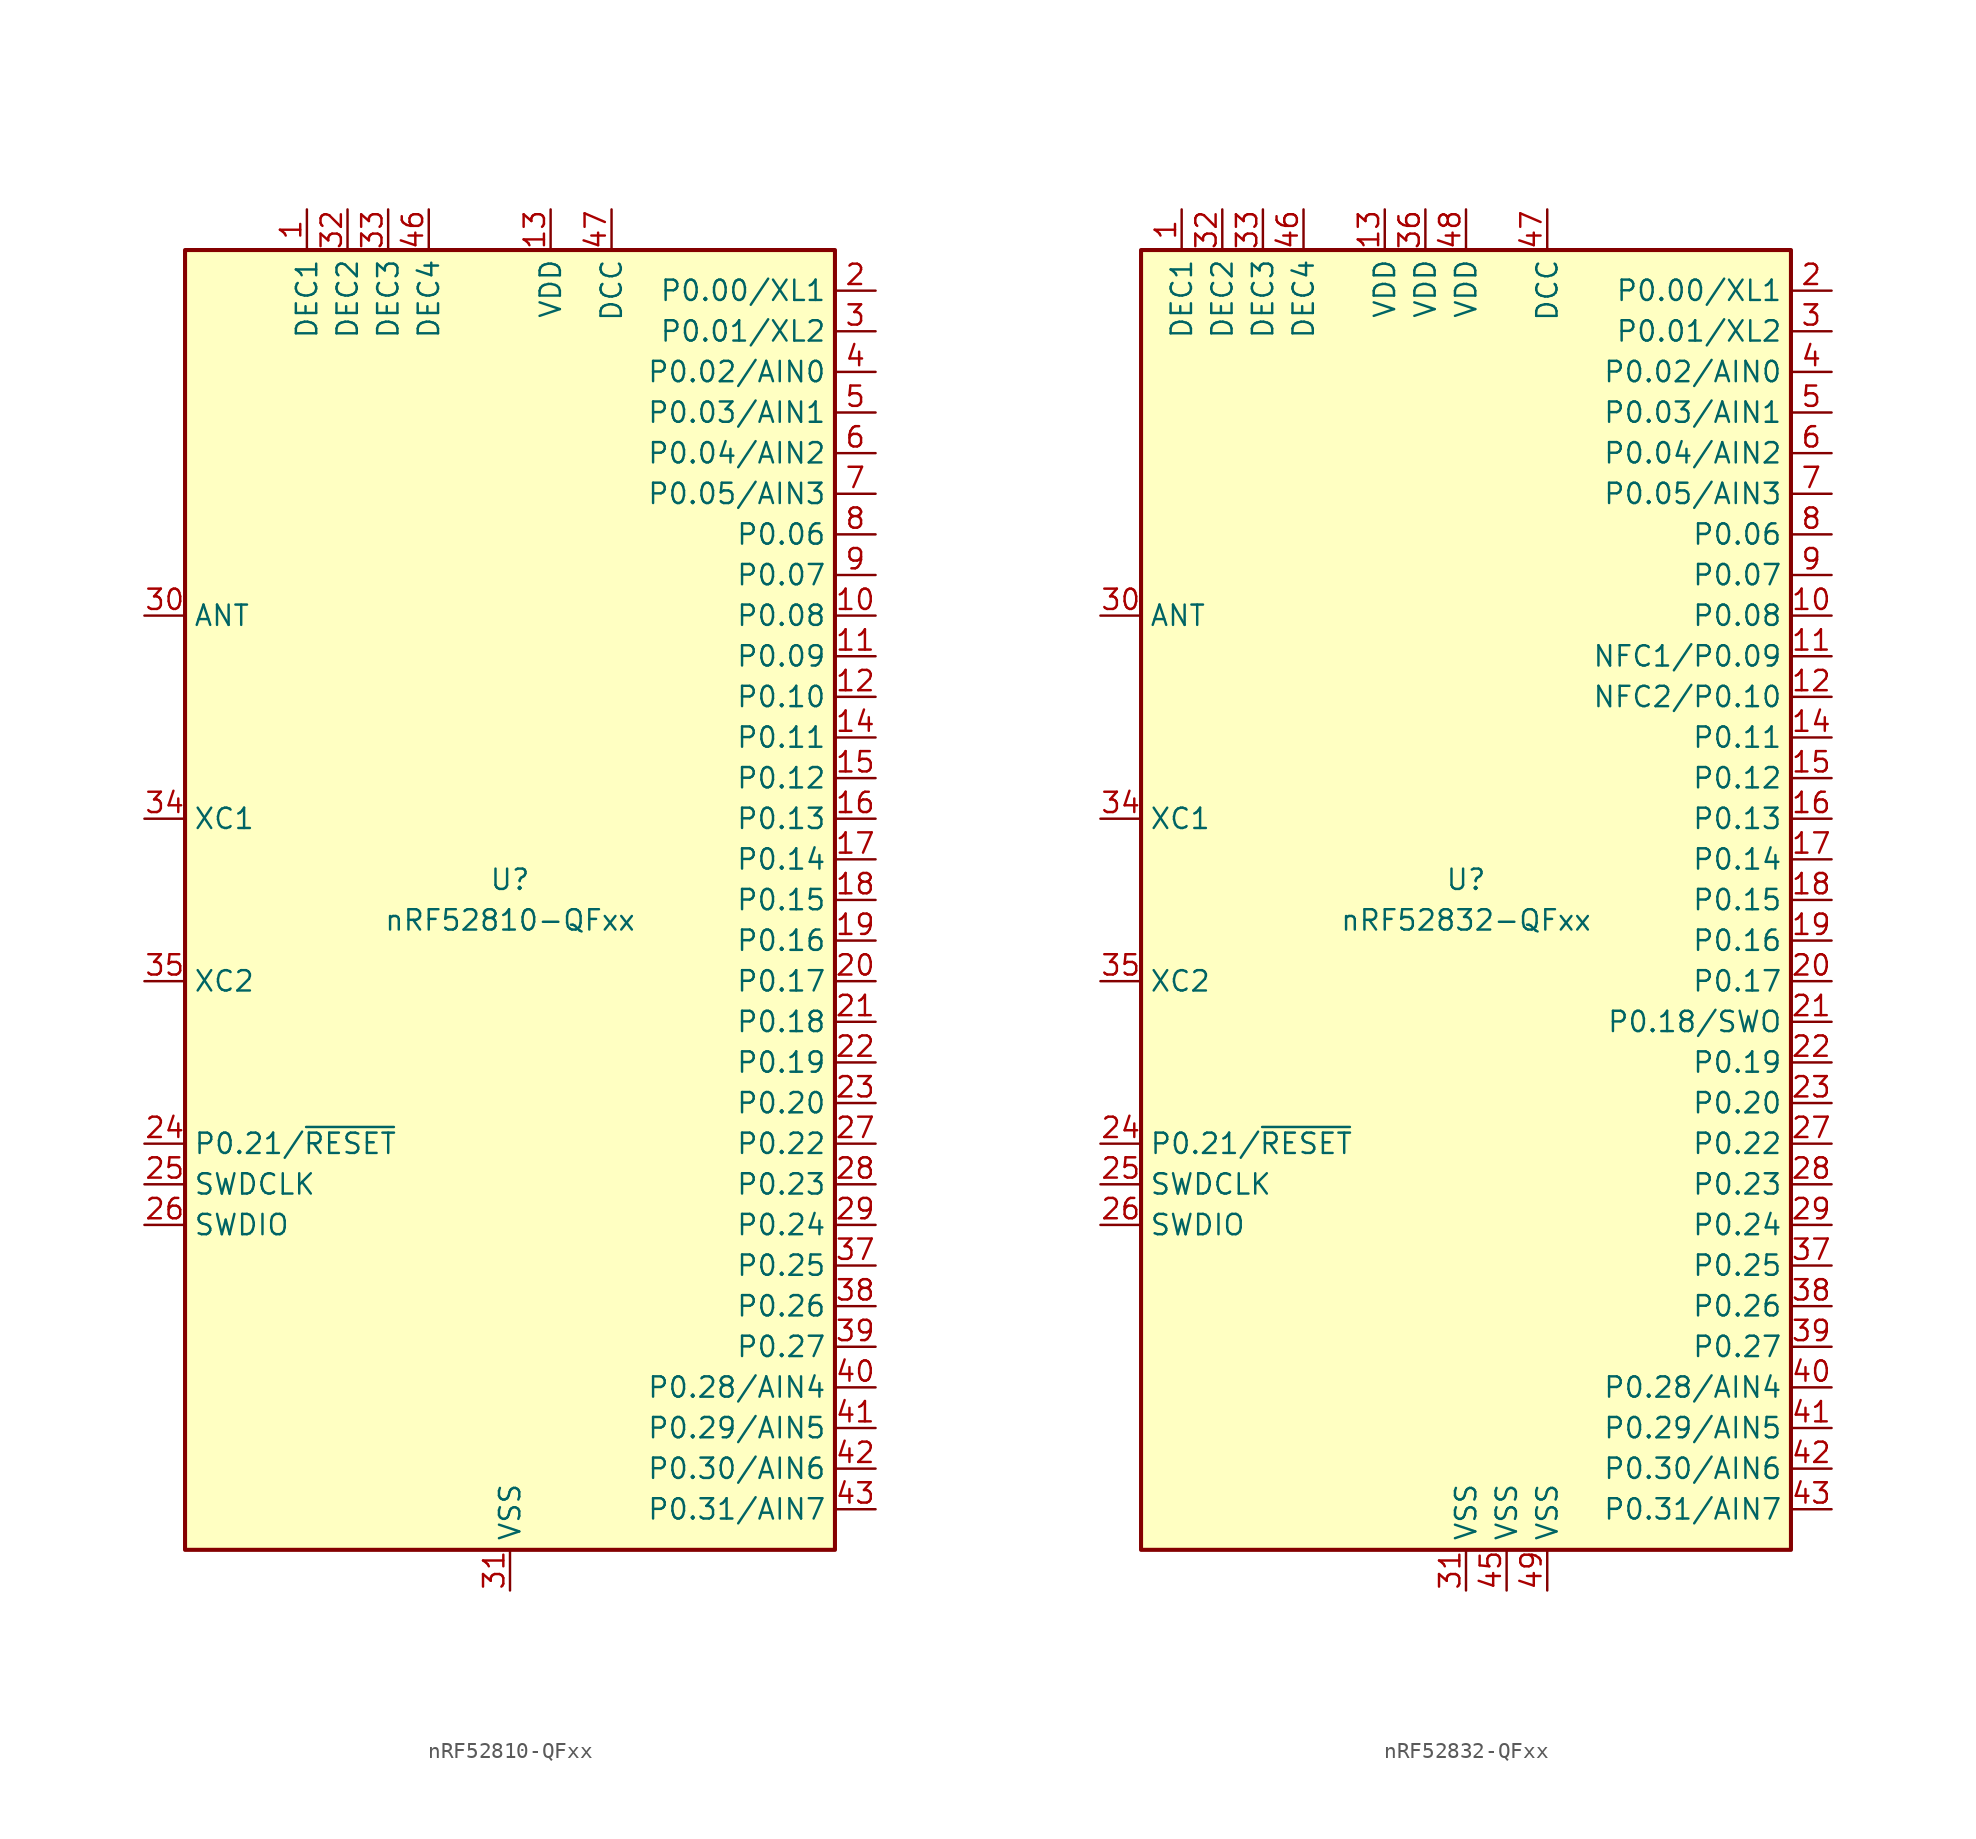
<source format=kicad_sym>
(kicad_symbol_lib
  (version 20211014)
  (generator kicad_symbol_editor)
  (symbol "nRF52810-QFxx"
    (property "Reference" "U"
      (at 0 1.27 0)
      (effects (font (size 1.27 1.27))))
    (property "Value" "nRF52810-QFxx"
      (at 0 -1.27 0)
      (effects (font (size 1.27 1.27))))
    (symbol "nRF52810-QFxx_0_1"
      (rectangle (start -20.32 40.64) (end 20.32 -40.64) (stroke (width 0.254) (type default) (color 0 0 0 0)) (fill (type background))))
    (symbol "nRF52810-QFxx_1_1"
      (pin passive line (at -12.7 43.18 270) (length 2.54) (name "DEC1" (effects (font (size 1.27 1.27)))) (number "1" (effects (font (size 1.27 1.27)))))
      (pin bidirectional line (at 22.86 17.78 180) (length 2.54) (name "P0.08" (effects (font (size 1.27 1.27)))) (number "10" (effects (font (size 1.27 1.27)))))
      (pin bidirectional line (at 22.86 15.24 180) (length 2.54) (name "P0.09" (effects (font (size 1.27 1.27)))) (number "11" (effects (font (size 1.27 1.27)))))
      (pin bidirectional line (at 22.86 12.7 180) (length 2.54) (name "P0.10" (effects (font (size 1.27 1.27)))) (number "12" (effects (font (size 1.27 1.27)))))
      (pin power_in line (at 2.54 43.18 270) (length 2.54) (name "VDD" (effects (font (size 1.27 1.27)))) (number "13" (effects (font (size 1.27 1.27)))))
      (pin bidirectional line (at 22.86 10.16 180) (length 2.54) (name "P0.11" (effects (font (size 1.27 1.27)))) (number "14" (effects (font (size 1.27 1.27)))))
      (pin bidirectional line (at 22.86 7.62 180) (length 2.54) (name "P0.12" (effects (font (size 1.27 1.27)))) (number "15" (effects (font (size 1.27 1.27)))))
      (pin bidirectional line (at 22.86 5.08 180) (length 2.54) (name "P0.13" (effects (font (size 1.27 1.27)))) (number "16" (effects (font (size 1.27 1.27)))))
      (pin bidirectional line (at 22.86 2.54 180) (length 2.54) (name "P0.14" (effects (font (size 1.27 1.27)))) (number "17" (effects (font (size 1.27 1.27)))))
      (pin bidirectional line (at 22.86 0 180) (length 2.54) (name "P0.15" (effects (font (size 1.27 1.27)))) (number "18" (effects (font (size 1.27 1.27)))))
      (pin bidirectional line (at 22.86 -2.54 180) (length 2.54) (name "P0.16" (effects (font (size 1.27 1.27)))) (number "19" (effects (font (size 1.27 1.27)))))
      (pin bidirectional line (at 22.86 38.1 180) (length 2.54) (name "P0.00/XL1" (effects (font (size 1.27 1.27)))) (number "2" (effects (font (size 1.27 1.27)))))
      (pin bidirectional line (at 22.86 -5.08 180) (length 2.54) (name "P0.17" (effects (font (size 1.27 1.27)))) (number "20" (effects (font (size 1.27 1.27)))))
      (pin bidirectional line (at 22.86 -7.62 180) (length 2.54) (name "P0.18" (effects (font (size 1.27 1.27)))) (number "21" (effects (font (size 1.27 1.27)))))
      (pin bidirectional line (at 22.86 -10.16 180) (length 2.54) (name "P0.19" (effects (font (size 1.27 1.27)))) (number "22" (effects (font (size 1.27 1.27)))))
      (pin bidirectional line (at 22.86 -12.7 180) (length 2.54) (name "P0.20" (effects (font (size 1.27 1.27)))) (number "23" (effects (font (size 1.27 1.27)))))
      (pin bidirectional line (at -22.86 -15.24 0) (length 2.54) (name "P0.21/~{RESET}" (effects (font (size 1.27 1.27)))) (number "24" (effects (font (size 1.27 1.27)))))
      (pin input line (at -22.86 -17.78 0) (length 2.54) (name "SWDCLK" (effects (font (size 1.27 1.27)))) (number "25" (effects (font (size 1.27 1.27)))))
      (pin bidirectional line (at -22.86 -20.32 0) (length 2.54) (name "SWDIO" (effects (font (size 1.27 1.27)))) (number "26" (effects (font (size 1.27 1.27)))))
      (pin bidirectional line (at 22.86 -15.24 180) (length 2.54) (name "P0.22" (effects (font (size 1.27 1.27)))) (number "27" (effects (font (size 1.27 1.27)))))
      (pin bidirectional line (at 22.86 -17.78 180) (length 2.54) (name "P0.23" (effects (font (size 1.27 1.27)))) (number "28" (effects (font (size 1.27 1.27)))))
      (pin bidirectional line (at 22.86 -20.32 180) (length 2.54) (name "P0.24" (effects (font (size 1.27 1.27)))) (number "29" (effects (font (size 1.27 1.27)))))
      (pin bidirectional line (at 22.86 35.56 180) (length 2.54) (name "P0.01/XL2" (effects (font (size 1.27 1.27)))) (number "3" (effects (font (size 1.27 1.27)))))
      (pin passive line (at -22.86 17.78 0) (length 2.54) (name "ANT" (effects (font (size 1.27 1.27)))) (number "30" (effects (font (size 1.27 1.27)))))
      (pin power_in line (at 0 -43.18 90) (length 2.54) (name "VSS" (effects (font (size 1.27 1.27)))) (number "31" (effects (font (size 1.27 1.27)))))
      (pin passive line (at -10.16 43.18 270) (length 2.54) (name "DEC2" (effects (font (size 1.27 1.27)))) (number "32" (effects (font (size 1.27 1.27)))))
      (pin passive line (at -7.62 43.18 270) (length 2.54) (name "DEC3" (effects (font (size 1.27 1.27)))) (number "33" (effects (font (size 1.27 1.27)))))
      (pin input line (at -22.86 5.08 0) (length 2.54) (name "XC1" (effects (font (size 1.27 1.27)))) (number "34" (effects (font (size 1.27 1.27)))))
      (pin input line (at -22.86 -5.08 0) (length 2.54) (name "XC2" (effects (font (size 1.27 1.27)))) (number "35" (effects (font (size 1.27 1.27)))))
      (pin passive line (at -2.54 43.18 270) (length 2.54) hide (name "VDD" (effects (font (size 1.27 1.27)))) (number "36" (effects (font (size 1.27 1.27)))))
      (pin bidirectional line (at 22.86 -22.86 180) (length 2.54) (name "P0.25" (effects (font (size 1.27 1.27)))) (number "37" (effects (font (size 1.27 1.27)))))
      (pin bidirectional line (at 22.86 -25.4 180) (length 2.54) (name "P0.26" (effects (font (size 1.27 1.27)))) (number "38" (effects (font (size 1.27 1.27)))))
      (pin bidirectional line (at 22.86 -27.94 180) (length 2.54) (name "P0.27" (effects (font (size 1.27 1.27)))) (number "39" (effects (font (size 1.27 1.27)))))
      (pin bidirectional line (at 22.86 33.02 180) (length 2.54) (name "P0.02/AIN0" (effects (font (size 1.27 1.27)))) (number "4" (effects (font (size 1.27 1.27)))))
      (pin bidirectional line (at 22.86 -30.48 180) (length 2.54) (name "P0.28/AIN4" (effects (font (size 1.27 1.27)))) (number "40" (effects (font (size 1.27 1.27)))))
      (pin bidirectional line (at 22.86 -33.02 180) (length 2.54) (name "P0.29/AIN5" (effects (font (size 1.27 1.27)))) (number "41" (effects (font (size 1.27 1.27)))))
      (pin bidirectional line (at 22.86 -35.56 180) (length 2.54) (name "P0.30/AIN6" (effects (font (size 1.27 1.27)))) (number "42" (effects (font (size 1.27 1.27)))))
      (pin bidirectional line (at 22.86 -38.1 180) (length 2.54) (name "P0.31/AIN7" (effects (font (size 1.27 1.27)))) (number "43" (effects (font (size 1.27 1.27)))))
      (pin no_connect line (at -20.32 -30.48 0) (length 2.54) hide (name "NC" (effects (font (size 1.27 1.27)))) (number "44" (effects (font (size 1.27 1.27)))))
      (pin passive line (at 0 -43.18 90) (length 2.54) hide (name "VSS" (effects (font (size 1.27 1.27)))) (number "45" (effects (font (size 1.27 1.27)))))
      (pin passive line (at -5.08 43.18 270) (length 2.54) (name "DEC4" (effects (font (size 1.27 1.27)))) (number "46" (effects (font (size 1.27 1.27)))))
      (pin power_out line (at 6.35 43.18 270) (length 2.54) (name "DCC" (effects (font (size 1.27 1.27)))) (number "47" (effects (font (size 1.27 1.27)))))
      (pin passive line (at 0 43.18 270) (length 2.54) hide (name "VDD" (effects (font (size 1.27 1.27)))) (number "48" (effects (font (size 1.27 1.27)))))
      (pin passive line (at 0 -43.18 90) (length 2.54) hide (name "VSS" (effects (font (size 1.27 1.27)))) (number "49" (effects (font (size 1.27 1.27)))))
      (pin bidirectional line (at 22.86 30.48 180) (length 2.54) (name "P0.03/AIN1" (effects (font (size 1.27 1.27)))) (number "5" (effects (font (size 1.27 1.27)))))
      (pin bidirectional line (at 22.86 27.94 180) (length 2.54) (name "P0.04/AIN2" (effects (font (size 1.27 1.27)))) (number "6" (effects (font (size 1.27 1.27)))))
      (pin bidirectional line (at 22.86 25.4 180) (length 2.54) (name "P0.05/AIN3" (effects (font (size 1.27 1.27)))) (number "7" (effects (font (size 1.27 1.27)))))
      (pin bidirectional line (at 22.86 22.86 180) (length 2.54) (name "P0.06" (effects (font (size 1.27 1.27)))) (number "8" (effects (font (size 1.27 1.27)))))
      (pin bidirectional line (at 22.86 20.32 180) (length 2.54) (name "P0.07" (effects (font (size 1.27 1.27)))) (number "9" (effects (font (size 1.27 1.27)))))))
  (symbol "nRF52832-QFxx"
    (property "Reference" "U"
      (at 0 1.27 0)
      (effects (font (size 1.27 1.27))))
    (property "Value" "nRF52832-QFxx"
      (at 0 -1.27 0)
      (effects (font (size 1.27 1.27))))
    (symbol "nRF52832-QFxx_0_1"
      (rectangle (start -20.32 40.64) (end 20.32 -40.64) (stroke (width 0.254) (type default) (color 0 0 0 0)) (fill (type background))))
    (symbol "nRF52832-QFxx_1_1"
      (pin passive line (at -17.78 43.18 270) (length 2.54) (name "DEC1" (effects (font (size 1.27 1.27)))) (number "1" (effects (font (size 1.27 1.27)))))
      (pin bidirectional line (at 22.86 17.78 180) (length 2.54) (name "P0.08" (effects (font (size 1.27 1.27)))) (number "10" (effects (font (size 1.27 1.27)))))
      (pin bidirectional line (at 22.86 15.24 180) (length 2.54) (name "NFC1/P0.09" (effects (font (size 1.27 1.27)))) (number "11" (effects (font (size 1.27 1.27)))))
      (pin bidirectional line (at 22.86 12.7 180) (length 2.54) (name "NFC2/P0.10" (effects (font (size 1.27 1.27)))) (number "12" (effects (font (size 1.27 1.27)))))
      (pin power_in line (at -5.08 43.18 270) (length 2.54) (name "VDD" (effects (font (size 1.27 1.27)))) (number "13" (effects (font (size 1.27 1.27)))))
      (pin bidirectional line (at 22.86 10.16 180) (length 2.54) (name "P0.11" (effects (font (size 1.27 1.27)))) (number "14" (effects (font (size 1.27 1.27)))))
      (pin bidirectional line (at 22.86 7.62 180) (length 2.54) (name "P0.12" (effects (font (size 1.27 1.27)))) (number "15" (effects (font (size 1.27 1.27)))))
      (pin bidirectional line (at 22.86 5.08 180) (length 2.54) (name "P0.13" (effects (font (size 1.27 1.27)))) (number "16" (effects (font (size 1.27 1.27)))))
      (pin bidirectional line (at 22.86 2.54 180) (length 2.54) (name "P0.14" (effects (font (size 1.27 1.27)))) (number "17" (effects (font (size 1.27 1.27)))))
      (pin bidirectional line (at 22.86 0 180) (length 2.54) (name "P0.15" (effects (font (size 1.27 1.27)))) (number "18" (effects (font (size 1.27 1.27)))))
      (pin bidirectional line (at 22.86 -2.54 180) (length 2.54) (name "P0.16" (effects (font (size 1.27 1.27)))) (number "19" (effects (font (size 1.27 1.27)))))
      (pin bidirectional line (at 22.86 38.1 180) (length 2.54) (name "P0.00/XL1" (effects (font (size 1.27 1.27)))) (number "2" (effects (font (size 1.27 1.27)))))
      (pin bidirectional line (at 22.86 -5.08 180) (length 2.54) (name "P0.17" (effects (font (size 1.27 1.27)))) (number "20" (effects (font (size 1.27 1.27)))))
      (pin bidirectional line (at 22.86 -7.62 180) (length 2.54) (name "P0.18/SWO" (effects (font (size 1.27 1.27)))) (number "21" (effects (font (size 1.27 1.27)))))
      (pin bidirectional line (at 22.86 -10.16 180) (length 2.54) (name "P0.19" (effects (font (size 1.27 1.27)))) (number "22" (effects (font (size 1.27 1.27)))))
      (pin bidirectional line (at 22.86 -12.7 180) (length 2.54) (name "P0.20" (effects (font (size 1.27 1.27)))) (number "23" (effects (font (size 1.27 1.27)))))
      (pin bidirectional line (at -22.86 -15.24 0) (length 2.54) (name "P0.21/~{RESET}" (effects (font (size 1.27 1.27)))) (number "24" (effects (font (size 1.27 1.27)))))
      (pin input line (at -22.86 -17.78 0) (length 2.54) (name "SWDCLK" (effects (font (size 1.27 1.27)))) (number "25" (effects (font (size 1.27 1.27)))))
      (pin bidirectional line (at -22.86 -20.32 0) (length 2.54) (name "SWDIO" (effects (font (size 1.27 1.27)))) (number "26" (effects (font (size 1.27 1.27)))))
      (pin bidirectional line (at 22.86 -15.24 180) (length 2.54) (name "P0.22" (effects (font (size 1.27 1.27)))) (number "27" (effects (font (size 1.27 1.27)))))
      (pin bidirectional line (at 22.86 -17.78 180) (length 2.54) (name "P0.23" (effects (font (size 1.27 1.27)))) (number "28" (effects (font (size 1.27 1.27)))))
      (pin bidirectional line (at 22.86 -20.32 180) (length 2.54) (name "P0.24" (effects (font (size 1.27 1.27)))) (number "29" (effects (font (size 1.27 1.27)))))
      (pin bidirectional line (at 22.86 35.56 180) (length 2.54) (name "P0.01/XL2" (effects (font (size 1.27 1.27)))) (number "3" (effects (font (size 1.27 1.27)))))
      (pin bidirectional line (at -22.86 17.78 0) (length 2.54) (name "ANT" (effects (font (size 1.27 1.27)))) (number "30" (effects (font (size 1.27 1.27)))))
      (pin power_in line (at 0 -43.18 90) (length 2.54) (name "VSS" (effects (font (size 1.27 1.27)))) (number "31" (effects (font (size 1.27 1.27)))))
      (pin passive line (at -15.24 43.18 270) (length 2.54) (name "DEC2" (effects (font (size 1.27 1.27)))) (number "32" (effects (font (size 1.27 1.27)))))
      (pin passive line (at -12.7 43.18 270) (length 2.54) (name "DEC3" (effects (font (size 1.27 1.27)))) (number "33" (effects (font (size 1.27 1.27)))))
      (pin input line (at -22.86 5.08 0) (length 2.54) (name "XC1" (effects (font (size 1.27 1.27)))) (number "34" (effects (font (size 1.27 1.27)))))
      (pin output line (at -22.86 -5.08 0) (length 2.54) (name "XC2" (effects (font (size 1.27 1.27)))) (number "35" (effects (font (size 1.27 1.27)))))
      (pin power_in line (at -2.54 43.18 270) (length 2.54) (name "VDD" (effects (font (size 1.27 1.27)))) (number "36" (effects (font (size 1.27 1.27)))))
      (pin bidirectional line (at 22.86 -22.86 180) (length 2.54) (name "P0.25" (effects (font (size 1.27 1.27)))) (number "37" (effects (font (size 1.27 1.27)))))
      (pin bidirectional line (at 22.86 -25.4 180) (length 2.54) (name "P0.26" (effects (font (size 1.27 1.27)))) (number "38" (effects (font (size 1.27 1.27)))))
      (pin bidirectional line (at 22.86 -27.94 180) (length 2.54) (name "P0.27" (effects (font (size 1.27 1.27)))) (number "39" (effects (font (size 1.27 1.27)))))
      (pin bidirectional line (at 22.86 33.02 180) (length 2.54) (name "P0.02/AIN0" (effects (font (size 1.27 1.27)))) (number "4" (effects (font (size 1.27 1.27)))))
      (pin bidirectional line (at 22.86 -30.48 180) (length 2.54) (name "P0.28/AIN4" (effects (font (size 1.27 1.27)))) (number "40" (effects (font (size 1.27 1.27)))))
      (pin bidirectional line (at 22.86 -33.02 180) (length 2.54) (name "P0.29/AIN5" (effects (font (size 1.27 1.27)))) (number "41" (effects (font (size 1.27 1.27)))))
      (pin bidirectional line (at 22.86 -35.56 180) (length 2.54) (name "P0.30/AIN6" (effects (font (size 1.27 1.27)))) (number "42" (effects (font (size 1.27 1.27)))))
      (pin bidirectional line (at 22.86 -38.1 180) (length 2.54) (name "P0.31/AIN7" (effects (font (size 1.27 1.27)))) (number "43" (effects (font (size 1.27 1.27)))))
      (pin no_connect line (at -20.32 -30.48 0) (length 2.54) hide (name "NC" (effects (font (size 1.27 1.27)))) (number "44" (effects (font (size 1.27 1.27)))))
      (pin power_in line (at 2.54 -43.18 90) (length 2.54) (name "VSS" (effects (font (size 1.27 1.27)))) (number "45" (effects (font (size 1.27 1.27)))))
      (pin passive line (at -10.16 43.18 270) (length 2.54) (name "DEC4" (effects (font (size 1.27 1.27)))) (number "46" (effects (font (size 1.27 1.27)))))
      (pin power_out line (at 5.08 43.18 270) (length 2.54) (name "DCC" (effects (font (size 1.27 1.27)))) (number "47" (effects (font (size 1.27 1.27)))))
      (pin power_in line (at 0 43.18 270) (length 2.54) (name "VDD" (effects (font (size 1.27 1.27)))) (number "48" (effects (font (size 1.27 1.27)))))
      (pin passive line (at 5.08 -43.18 90) (length 2.54) (name "VSS" (effects (font (size 1.27 1.27)))) (number "49" (effects (font (size 1.27 1.27)))))
      (pin bidirectional line (at 22.86 30.48 180) (length 2.54) (name "P0.03/AIN1" (effects (font (size 1.27 1.27)))) (number "5" (effects (font (size 1.27 1.27)))))
      (pin bidirectional line (at 22.86 27.94 180) (length 2.54) (name "P0.04/AIN2" (effects (font (size 1.27 1.27)))) (number "6" (effects (font (size 1.27 1.27)))))
      (pin bidirectional line (at 22.86 25.4 180) (length 2.54) (name "P0.05/AIN3" (effects (font (size 1.27 1.27)))) (number "7" (effects (font (size 1.27 1.27)))))
      (pin bidirectional line (at 22.86 22.86 180) (length 2.54) (name "P0.06" (effects (font (size 1.27 1.27)))) (number "8" (effects (font (size 1.27 1.27)))))
      (pin bidirectional line (at 22.86 20.32 180) (length 2.54) (name "P0.07" (effects (font (size 1.27 1.27)))) (number "9" (effects (font (size 1.27 1.27))))))))
</source>
